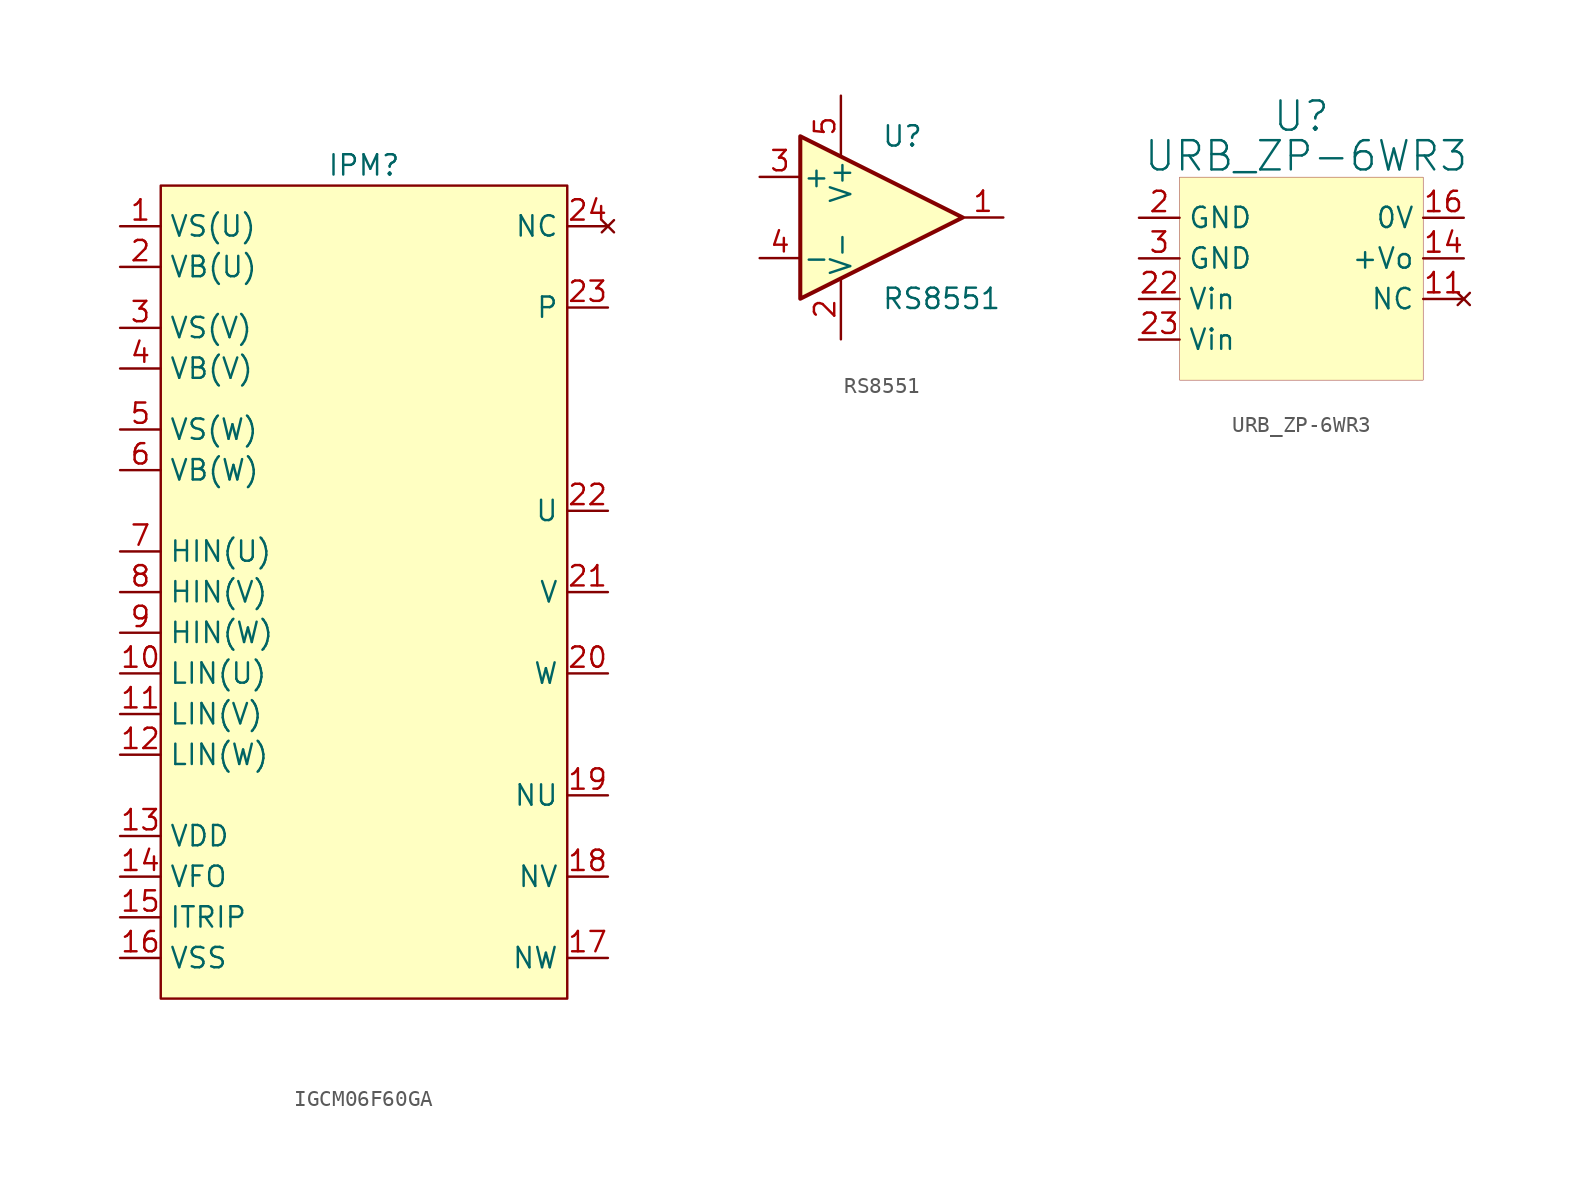
<source format=kicad_sym>
(kicad_symbol_lib
  (version 20231120)
  (generator "kicad_symbol_editor")
  (generator_version "8.0")
  (symbol "IGCM06F60GA"
    (property "Reference" "IPM"
      (at 0 1.27 0)
      (effects (font (size 1.27 1.27))))
    (property "Value" ""
      (at 0 0 0)
      (effects (font (size 1.27 1.27))))
    (symbol "IGCM06F60GA_1_1"
      (rectangle (start -12.7 0) (end 12.7 -50.8) (stroke (width 0) (type default)) (fill (type background)))
      (pin power_in line (at -15.24 -2.54 0) (length 2.54) (name "VS(U)" (effects (font (size 1.27 1.27)))) (number "1" (effects (font (size 1.27 1.27)))))
      (pin input line (at -15.24 -30.48 0) (length 2.54) (name "LIN(U)" (effects (font (size 1.27 1.27)))) (number "10" (effects (font (size 1.27 1.27)))))
      (pin input line (at -15.24 -33.02 0) (length 2.54) (name "LIN(V)" (effects (font (size 1.27 1.27)))) (number "11" (effects (font (size 1.27 1.27)))))
      (pin input line (at -15.24 -35.56 0) (length 2.54) (name "LIN(W)" (effects (font (size 1.27 1.27)))) (number "12" (effects (font (size 1.27 1.27)))))
      (pin power_in line (at -15.24 -40.64 0) (length 2.54) (name "VDD" (effects (font (size 1.27 1.27)))) (number "13" (effects (font (size 1.27 1.27)))))
      (pin output line (at -15.24 -43.18 0) (length 2.54) (name "VFO" (effects (font (size 1.27 1.27)))) (number "14" (effects (font (size 1.27 1.27)))))
      (pin output line (at -15.24 -45.72 0) (length 2.54) (name "ITRIP" (effects (font (size 1.27 1.27)))) (number "15" (effects (font (size 1.27 1.27)))))
      (pin power_in line (at -15.24 -48.26 0) (length 2.54) (name "VSS" (effects (font (size 1.27 1.27)))) (number "16" (effects (font (size 1.27 1.27)))))
      (pin open_emitter line (at 15.24 -48.26 180) (length 2.54) (name "NW" (effects (font (size 1.27 1.27)))) (number "17" (effects (font (size 1.27 1.27)))))
      (pin open_emitter line (at 15.24 -43.18 180) (length 2.54) (name "NV" (effects (font (size 1.27 1.27)))) (number "18" (effects (font (size 1.27 1.27)))))
      (pin open_emitter line (at 15.24 -38.1 180) (length 2.54) (name "NU" (effects (font (size 1.27 1.27)))) (number "19" (effects (font (size 1.27 1.27)))))
      (pin power_in line (at -15.24 -5.08 0) (length 2.54) (name "VB(U)" (effects (font (size 1.27 1.27)))) (number "2" (effects (font (size 1.27 1.27)))))
      (pin output line (at 15.24 -30.48 180) (length 2.54) (name "W" (effects (font (size 1.27 1.27)))) (number "20" (effects (font (size 1.27 1.27)))))
      (pin output line (at 15.24 -25.4 180) (length 2.54) (name "V" (effects (font (size 1.27 1.27)))) (number "21" (effects (font (size 1.27 1.27)))))
      (pin output line (at 15.24 -20.32 180) (length 2.54) (name "U" (effects (font (size 1.27 1.27)))) (number "22" (effects (font (size 1.27 1.27)))))
      (pin open_collector line (at 15.24 -7.62 180) (length 2.54) (name "P" (effects (font (size 1.27 1.27)))) (number "23" (effects (font (size 1.27 1.27)))))
      (pin no_connect line (at 15.24 -2.54 180) (length 2.54) (name "NC" (effects (font (size 1.27 1.27)))) (number "24" (effects (font (size 1.27 1.27)))))
      (pin power_in line (at -15.24 -8.89 0) (length 2.54) (name "VS(V)" (effects (font (size 1.27 1.27)))) (number "3" (effects (font (size 1.27 1.27)))))
      (pin power_in line (at -15.24 -11.43 0) (length 2.54) (name "VB(V)" (effects (font (size 1.27 1.27)))) (number "4" (effects (font (size 1.27 1.27)))))
      (pin power_in line (at -15.24 -15.24 0) (length 2.54) (name "VS(W)" (effects (font (size 1.27 1.27)))) (number "5" (effects (font (size 1.27 1.27)))))
      (pin power_in line (at -15.24 -17.78 0) (length 2.54) (name "VB(W)" (effects (font (size 1.27 1.27)))) (number "6" (effects (font (size 1.27 1.27)))))
      (pin input line (at -15.24 -22.86 0) (length 2.54) (name "HIN(U)" (effects (font (size 1.27 1.27)))) (number "7" (effects (font (size 1.27 1.27)))))
      (pin input line (at -15.24 -25.4 0) (length 2.54) (name "HIN(V)" (effects (font (size 1.27 1.27)))) (number "8" (effects (font (size 1.27 1.27)))))
      (pin input line (at -15.24 -27.94 0) (length 2.54) (name "HIN(W)" (effects (font (size 1.27 1.27)))) (number "9" (effects (font (size 1.27 1.27)))))))
  (symbol "RS8551"
    (pin_names
      (offset 0.127))
    (property "Reference" "U"
      (at 0 5.08 0)
      (effects (font (size 1.27 1.27)) (justify left)))
    (property "Value" "RS8551"
      (at 0 -5.08 0)
      (effects (font (size 1.27 1.27)) (justify left)))
    (symbol "RS8551_0_1"
      (polyline (pts (xy -5.08 5.08) (xy 5.08 0) (xy -5.08 -5.08) (xy -5.08 5.08)) (stroke (width 0.254) (type default)) (fill (type background)))
      (pin power_in line (at -2.54 -7.62 90) (length 3.81) (name "V-" (effects (font (size 1.27 1.27)))) (number "2" (effects (font (size 1.27 1.27)))))
      (pin power_in line (at -2.54 7.62 270) (length 3.81) (name "V+" (effects (font (size 1.27 1.27)))) (number "5" (effects (font (size 1.27 1.27))))))
    (symbol "RS8551_1_1"
      (pin output line (at 7.62 0 180) (length 2.54) (name "~" (effects (font (size 1.27 1.27)))) (number "1" (effects (font (size 1.27 1.27)))))
      (pin input line (at -7.62 2.54 0) (length 2.54) (name "+" (effects (font (size 1.27 1.27)))) (number "3" (effects (font (size 1.27 1.27)))))
      (pin input line (at -7.62 -2.54 0) (length 2.54) (name "-" (effects (font (size 1.27 1.27)))) (number "4" (effects (font (size 1.27 1.27)))))))
  (symbol "URB_ZP-6WR3"
    (property "Reference" "U"
      (at 0 8.89 0)
      (effects (font (size 1.829 1.829))))
    (property "Value" "URB_ZP-6WR3"
      (at -9.906 5.334 0)
      (effects (font (size 1.829 1.829)) (justify left bottom)))
    (symbol "URB_ZP-6WR3_1_0"
      (rectangle (start -7.62 5.08) (end 7.62 -7.62) (stroke (width 0.025) (type solid) (color 128 0 0 1)) (fill (type background)))
      (pin no_connect line (at 10.16 -2.54 180) (length 2.54) (name "NC" (effects (font (size 1.27 1.27)))) (number "11" (effects (font (size 1.27 1.27)))))
      (pin power_out line (at 10.16 0 180) (length 2.54) (name "+Vo" (effects (font (size 1.27 1.27)))) (number "14" (effects (font (size 1.27 1.27)))))
      (pin power_out line (at 10.16 2.54 180) (length 2.54) (name "0V" (effects (font (size 1.27 1.27)))) (number "16" (effects (font (size 1.27 1.27)))))
      (pin power_in line (at -10.16 2.54 0) (length 2.54) (name "GND" (effects (font (size 1.27 1.27)))) (number "2" (effects (font (size 1.27 1.27)))))
      (pin power_in line (at -10.16 -2.54 0) (length 2.54) (name "Vin" (effects (font (size 1.27 1.27)))) (number "22" (effects (font (size 1.27 1.27)))))
      (pin power_in line (at -10.16 -5.08 0) (length 2.54) (name "Vin" (effects (font (size 1.27 1.27)))) (number "23" (effects (font (size 1.27 1.27)))))
      (pin power_in line (at -10.16 0 0) (length 2.54) (name "GND" (effects (font (size 1.27 1.27)))) (number "3" (effects (font (size 1.27 1.27))))))))
</source>
